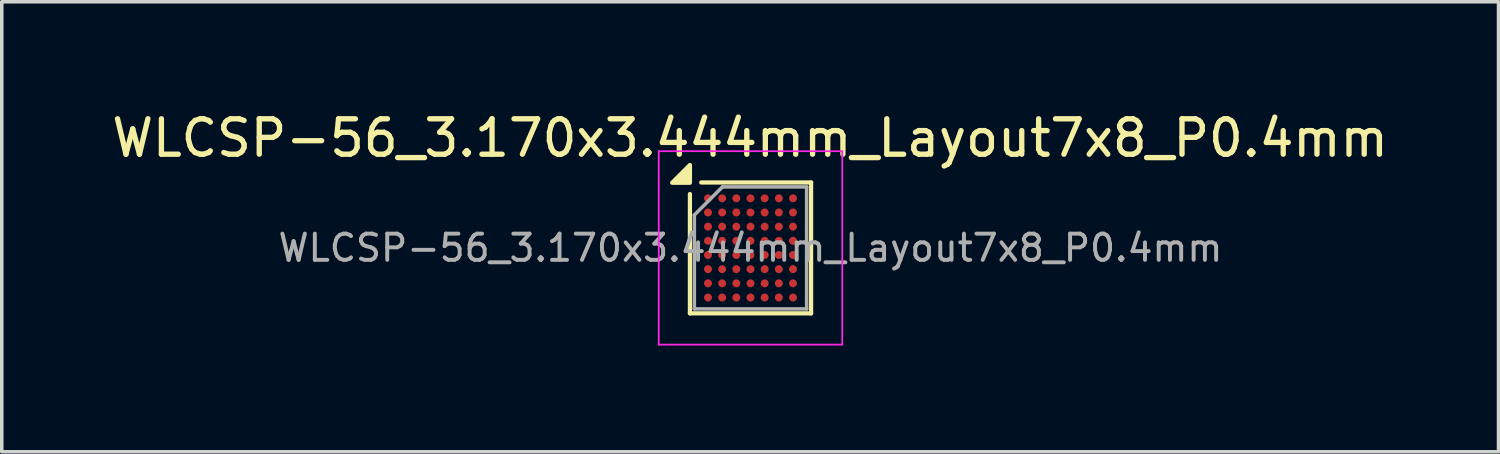
<source format=kicad_pcb>
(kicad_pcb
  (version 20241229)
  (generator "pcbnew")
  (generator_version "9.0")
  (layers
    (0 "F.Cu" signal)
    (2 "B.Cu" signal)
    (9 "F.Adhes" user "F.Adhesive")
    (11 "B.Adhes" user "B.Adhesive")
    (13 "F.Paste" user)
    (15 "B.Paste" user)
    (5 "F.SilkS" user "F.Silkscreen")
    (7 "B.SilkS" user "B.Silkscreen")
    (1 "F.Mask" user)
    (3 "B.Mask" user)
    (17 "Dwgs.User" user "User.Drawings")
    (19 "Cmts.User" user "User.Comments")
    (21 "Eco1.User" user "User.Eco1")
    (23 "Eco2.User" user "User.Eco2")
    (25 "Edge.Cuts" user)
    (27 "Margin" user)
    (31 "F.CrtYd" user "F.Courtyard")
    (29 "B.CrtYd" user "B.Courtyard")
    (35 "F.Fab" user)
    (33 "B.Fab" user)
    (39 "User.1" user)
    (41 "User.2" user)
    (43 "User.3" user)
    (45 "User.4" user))
  (footprint "WLCSP-56_3.170x3.444mm_Layout7x8_P0.4mm"
    (layer "F.Cu")
    (at 18.135 3.948)
    (property "Reference" "WLCSP-56_3.170x3.444mm_Layout7x8_P0.4mm" (at -0.01 -3.1 0) (layer "F.SilkS") (effects (font (size 1 1) (thickness 0.15))))
    (attr smd)
    (fp_line (start -1.71 1.847) (end -1.71 -1.52) (stroke (width 0.12) (type solid)) (layer "F.SilkS"))
    (fp_line (start -1.39 -1.847) (end 1.71 -1.847) (stroke (width 0.12) (type solid)) (layer "F.SilkS"))
    (fp_line (start 1.71 -1.847) (end 1.71 1.847) (stroke (width 0.12) (type solid)) (layer "F.SilkS"))
    (fp_line (start 1.71 1.847) (end -1.71 1.847) (stroke (width 0.12) (type solid)) (layer "F.SilkS"))
    (fp_poly (pts (xy -1.71 -1.84) (xy -2.21 -1.84) (xy -1.71 -2.34) (xy -1.71 -1.84)) (stroke (width 0.12) (type solid)) (fill yes) (layer "F.SilkS"))
    (fp_line (start -2.59 -2.73) (end -2.59 2.73) (stroke (width 0.05) (type solid)) (layer "F.CrtYd"))
    (fp_line (start -2.59 2.73) (end 2.59 2.73) (stroke (width 0.05) (type solid)) (layer "F.CrtYd"))
    (fp_line (start 2.59 -2.73) (end -2.59 -2.73) (stroke (width 0.05) (type solid)) (layer "F.CrtYd"))
    (fp_line (start 2.59 2.73) (end 2.59 -2.73) (stroke (width 0.05) (type solid)) (layer "F.CrtYd"))
    (fp_line (start -1.585 -0.929) (end -0.792 -1.722) (stroke (width 0.1) (type solid)) (layer "F.Fab"))
    (fp_line (start -1.585 1.722) (end -1.585 -0.929) (stroke (width 0.1) (type solid)) (layer "F.Fab"))
    (fp_line (start -0.792 -1.722) (end 1.585 -1.722) (stroke (width 0.1) (type solid)) (layer "F.Fab"))
    (fp_line (start 1.585 -1.722) (end 1.585 1.722) (stroke (width 0.1) (type solid)) (layer "F.Fab"))
    (fp_line (start 1.585 1.722) (end -1.585 1.722) (stroke (width 0.1) (type solid)) (layer "F.Fab"))
    (fp_text user "${REFERENCE}" (at 0 0 0) (layer "F.Fab") (effects (font (size 0.74 0.74) (thickness 0.111))))
    (pad "A1" smd circle (at -1.2 -1.4) (size 0.225 0.225) (property pad_prop_bga) (layers "F.Cu" "F.Mask" "F.Paste"))
    (pad "A2" smd circle (at -0.8 -1.4) (size 0.225 0.225) (property pad_prop_bga) (layers "F.Cu" "F.Mask" "F.Paste"))
    (pad "A3" smd circle (at -0.4 -1.4) (size 0.225 0.225) (property pad_prop_bga) (layers "F.Cu" "F.Mask" "F.Paste"))
    (pad "A4" smd circle (at 0 -1.4) (size 0.225 0.225) (property pad_prop_bga) (layers "F.Cu" "F.Mask" "F.Paste"))
    (pad "A5" smd circle (at 0.4 -1.4) (size 0.225 0.225) (property pad_prop_bga) (layers "F.Cu" "F.Mask" "F.Paste"))
    (pad "A6" smd circle (at 0.8 -1.4) (size 0.225 0.225) (property pad_prop_bga) (layers "F.Cu" "F.Mask" "F.Paste"))
    (pad "A7" smd circle (at 1.2 -1.4) (size 0.225 0.225) (property pad_prop_bga) (layers "F.Cu" "F.Mask" "F.Paste"))
    (pad "B1" smd circle (at -1.2 -1) (size 0.225 0.225) (property pad_prop_bga) (layers "F.Cu" "F.Mask" "F.Paste"))
    (pad "B2" smd circle (at -0.8 -1) (size 0.225 0.225) (property pad_prop_bga) (layers "F.Cu" "F.Mask" "F.Paste"))
    (pad "B3" smd circle (at -0.4 -1) (size 0.225 0.225) (property pad_prop_bga) (layers "F.Cu" "F.Mask" "F.Paste"))
    (pad "B4" smd circle (at 0 -1) (size 0.225 0.225) (property pad_prop_bga) (layers "F.Cu" "F.Mask" "F.Paste"))
    (pad "B5" smd circle (at 0.4 -1) (size 0.225 0.225) (property pad_prop_bga) (layers "F.Cu" "F.Mask" "F.Paste"))
    (pad "B6" smd circle (at 0.8 -1) (size 0.225 0.225) (property pad_prop_bga) (layers "F.Cu" "F.Mask" "F.Paste"))
    (pad "B7" smd circle (at 1.2 -1) (size 0.225 0.225) (property pad_prop_bga) (layers "F.Cu" "F.Mask" "F.Paste"))
    (pad "C1" smd circle (at -1.2 -0.6) (size 0.225 0.225) (property pad_prop_bga) (layers "F.Cu" "F.Mask" "F.Paste"))
    (pad "C2" smd circle (at -0.8 -0.6) (size 0.225 0.225) (property pad_prop_bga) (layers "F.Cu" "F.Mask" "F.Paste"))
    (pad "C3" smd circle (at -0.4 -0.6) (size 0.225 0.225) (property pad_prop_bga) (layers "F.Cu" "F.Mask" "F.Paste"))
    (pad "C4" smd circle (at 0 -0.6) (size 0.225 0.225) (property pad_prop_bga) (layers "F.Cu" "F.Mask" "F.Paste"))
    (pad "C5" smd circle (at 0.4 -0.6) (size 0.225 0.225) (property pad_prop_bga) (layers "F.Cu" "F.Mask" "F.Paste"))
    (pad "C6" smd circle (at 0.8 -0.6) (size 0.225 0.225) (property pad_prop_bga) (layers "F.Cu" "F.Mask" "F.Paste"))
    (pad "C7" smd circle (at 1.2 -0.6) (size 0.225 0.225) (property pad_prop_bga) (layers "F.Cu" "F.Mask" "F.Paste"))
    (pad "D1" smd circle (at -1.2 -0.2) (size 0.225 0.225) (property pad_prop_bga) (layers "F.Cu" "F.Mask" "F.Paste"))
    (pad "D2" smd circle (at -0.8 -0.2) (size 0.225 0.225) (property pad_prop_bga) (layers "F.Cu" "F.Mask" "F.Paste"))
    (pad "D3" smd circle (at -0.4 -0.2) (size 0.225 0.225) (property pad_prop_bga) (layers "F.Cu" "F.Mask" "F.Paste"))
    (pad "D4" smd circle (at 0 -0.2) (size 0.225 0.225) (property pad_prop_bga) (layers "F.Cu" "F.Mask" "F.Paste"))
    (pad "D5" smd circle (at 0.4 -0.2) (size 0.225 0.225) (property pad_prop_bga) (layers "F.Cu" "F.Mask" "F.Paste"))
    (pad "D6" smd circle (at 0.8 -0.2) (size 0.225 0.225) (property pad_prop_bga) (layers "F.Cu" "F.Mask" "F.Paste"))
    (pad "D7" smd circle (at 1.2 -0.2) (size 0.225 0.225) (property pad_prop_bga) (layers "F.Cu" "F.Mask" "F.Paste"))
    (pad "E1" smd circle (at -1.2 0.2) (size 0.225 0.225) (property pad_prop_bga) (layers "F.Cu" "F.Mask" "F.Paste"))
    (pad "E2" smd circle (at -0.8 0.2) (size 0.225 0.225) (property pad_prop_bga) (layers "F.Cu" "F.Mask" "F.Paste"))
    (pad "E3" smd circle (at -0.4 0.2) (size 0.225 0.225) (property pad_prop_bga) (layers "F.Cu" "F.Mask" "F.Paste"))
    (pad "E4" smd circle (at 0 0.2) (size 0.225 0.225) (property pad_prop_bga) (layers "F.Cu" "F.Mask" "F.Paste"))
    (pad "E5" smd circle (at 0.4 0.2) (size 0.225 0.225) (property pad_prop_bga) (layers "F.Cu" "F.Mask" "F.Paste"))
    (pad "E6" smd circle (at 0.8 0.2) (size 0.225 0.225) (property pad_prop_bga) (layers "F.Cu" "F.Mask" "F.Paste"))
    (pad "E7" smd circle (at 1.2 0.2) (size 0.225 0.225) (property pad_prop_bga) (layers "F.Cu" "F.Mask" "F.Paste"))
    (pad "F1" smd circle (at -1.2 0.6) (size 0.225 0.225) (property pad_prop_bga) (layers "F.Cu" "F.Mask" "F.Paste"))
    (pad "F2" smd circle (at -0.8 0.6) (size 0.225 0.225) (property pad_prop_bga) (layers "F.Cu" "F.Mask" "F.Paste"))
    (pad "F3" smd circle (at -0.4 0.6) (size 0.225 0.225) (property pad_prop_bga) (layers "F.Cu" "F.Mask" "F.Paste"))
    (pad "F4" smd circle (at 0 0.6) (size 0.225 0.225) (property pad_prop_bga) (layers "F.Cu" "F.Mask" "F.Paste"))
    (pad "F5" smd circle (at 0.4 0.6) (size 0.225 0.225) (property pad_prop_bga) (layers "F.Cu" "F.Mask" "F.Paste"))
    (pad "F6" smd circle (at 0.8 0.6) (size 0.225 0.225) (property pad_prop_bga) (layers "F.Cu" "F.Mask" "F.Paste"))
    (pad "F7" smd circle (at 1.2 0.6) (size 0.225 0.225) (property pad_prop_bga) (layers "F.Cu" "F.Mask" "F.Paste"))
    (pad "G1" smd circle (at -1.2 1) (size 0.225 0.225) (property pad_prop_bga) (layers "F.Cu" "F.Mask" "F.Paste"))
    (pad "G2" smd circle (at -0.8 1) (size 0.225 0.225) (property pad_prop_bga) (layers "F.Cu" "F.Mask" "F.Paste"))
    (pad "G3" smd circle (at -0.4 1) (size 0.225 0.225) (property pad_prop_bga) (layers "F.Cu" "F.Mask" "F.Paste"))
    (pad "G4" smd circle (at 0 1) (size 0.225 0.225) (property pad_prop_bga) (layers "F.Cu" "F.Mask" "F.Paste"))
    (pad "G5" smd circle (at 0.4 1) (size 0.225 0.225) (property pad_prop_bga) (layers "F.Cu" "F.Mask" "F.Paste"))
    (pad "G6" smd circle (at 0.8 1) (size 0.225 0.225) (property pad_prop_bga) (layers "F.Cu" "F.Mask" "F.Paste"))
    (pad "G7" smd circle (at 1.2 1) (size 0.225 0.225) (property pad_prop_bga) (layers "F.Cu" "F.Mask" "F.Paste"))
    (pad "H1" smd circle (at -1.2 1.4) (size 0.225 0.225) (property pad_prop_bga) (layers "F.Cu" "F.Mask" "F.Paste"))
    (pad "H2" smd circle (at -0.8 1.4) (size 0.225 0.225) (property pad_prop_bga) (layers "F.Cu" "F.Mask" "F.Paste"))
    (pad "H3" smd circle (at -0.4 1.4) (size 0.225 0.225) (property pad_prop_bga) (layers "F.Cu" "F.Mask" "F.Paste"))
    (pad "H4" smd circle (at 0 1.4) (size 0.225 0.225) (property pad_prop_bga) (layers "F.Cu" "F.Mask" "F.Paste"))
    (pad "H5" smd circle (at 0.4 1.4) (size 0.225 0.225) (property pad_prop_bga) (layers "F.Cu" "F.Mask" "F.Paste"))
    (pad "H6" smd circle (at 0.8 1.4) (size 0.225 0.225) (property pad_prop_bga) (layers "F.Cu" "F.Mask" "F.Paste"))
    (pad "H7" smd circle (at 1.2 1.4) (size 0.225 0.225) (property pad_prop_bga) (layers "F.Cu" "F.Mask" "F.Paste")))
  (gr_rect
    (start -3 -3)
    (end 39.25 9.703)
    (stroke (width 0.1) (type default))
    (fill no)
    (layer "Edge.Cuts")))
</source>
